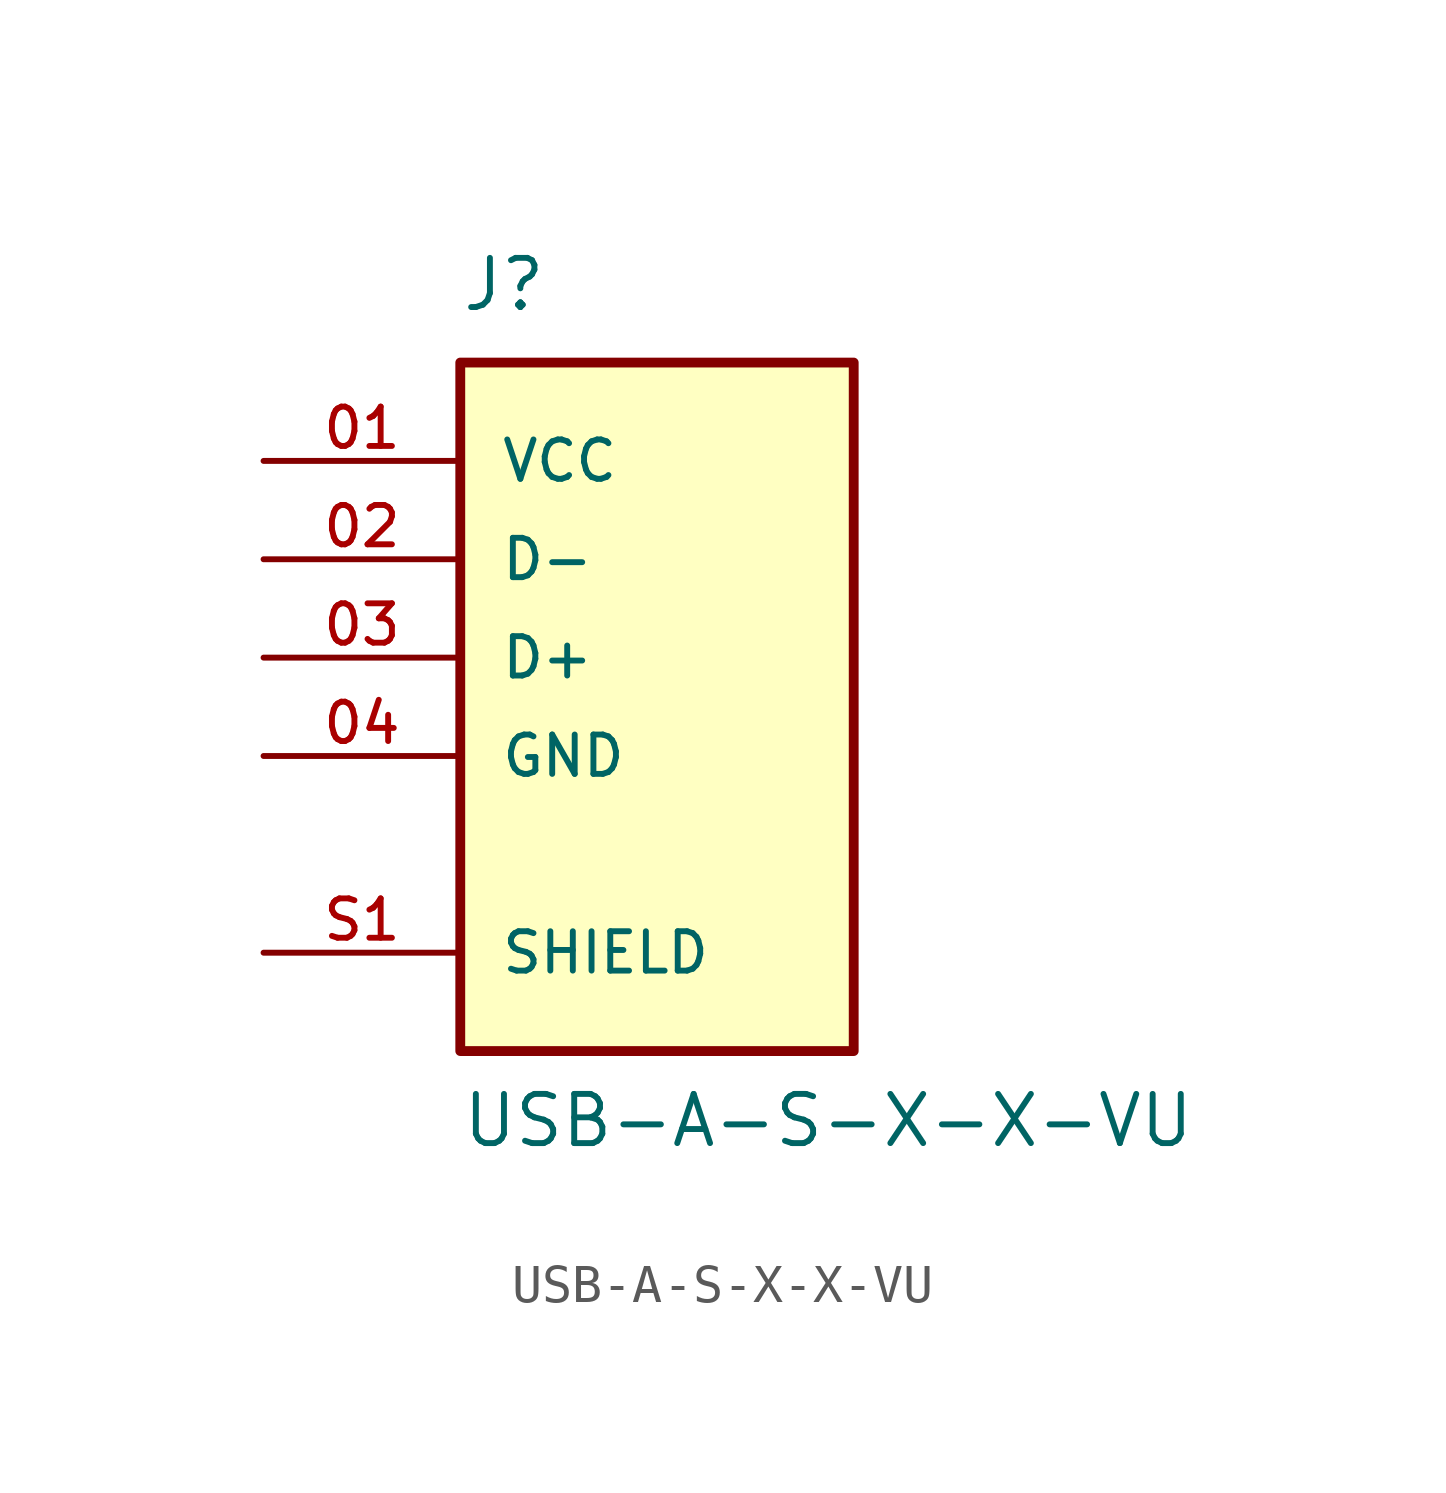
<source format=kicad_sym>
(kicad_symbol_lib
  (version 20211014)
  (generator kicad_symbol_editor)
  (symbol "USB-A-S-X-X-VU"
    (pin_names
      (offset 1.016))
    (property "Reference" "J"
      (at -5.08 8.89 0)
      (effects (font (size 1.27 1.27)) (justify bottom left)))
    (property "Value" "USB-A-S-X-X-VU"
      (at -5.08 -12.7 0)
      (effects (font (size 1.27 1.27)) (justify bottom left)))
    (symbol "USB-A-S-X-X-VU_0_0"
      (rectangle (start -5.08 -10.16) (end 5.08 7.62) (stroke (width 0.254)) (fill (type background)))
      (pin power_in line (at -10.16 5.08 0) (length 5.08) (name "VCC" (effects (font (size 1.016 1.016)))) (number "01" (effects (font (size 1.016 1.016)))))
      (pin bidirectional line (at -10.16 2.54 0) (length 5.08) (name "D-" (effects (font (size 1.016 1.016)))) (number "02" (effects (font (size 1.016 1.016)))))
      (pin bidirectional line (at -10.16 0.0 0) (length 5.08) (name "D+" (effects (font (size 1.016 1.016)))) (number "03" (effects (font (size 1.016 1.016)))))
      (pin power_in line (at -10.16 -2.54 0) (length 5.08) (name "GND" (effects (font (size 1.016 1.016)))) (number "04" (effects (font (size 1.016 1.016)))))
      (pin passive line (at -10.16 -7.62 0) (length 5.08) (name "SHIELD" (effects (font (size 1.016 1.016)))) (number "S1" (effects (font (size 1.016 1.016)))))
      (pin passive line (at -10.16 -7.62 0) (length 5.08) hide (name "SHIELD" (effects (font (size 1.016 1.016)))) (number "S2" (effects (font (size 1.016 1.016)))))
      (pin passive line (at -10.16 -7.62 0) (length 5.08) hide (name "SHIELD" (effects (font (size 1.016 1.016)))) (number "S3" (effects (font (size 1.016 1.016)))))
      (pin passive line (at -10.16 -7.62 0) (length 5.08) hide (name "SHIELD" (effects (font (size 1.016 1.016)))) (number "S4" (effects (font (size 1.016 1.016))))))))
</source>
